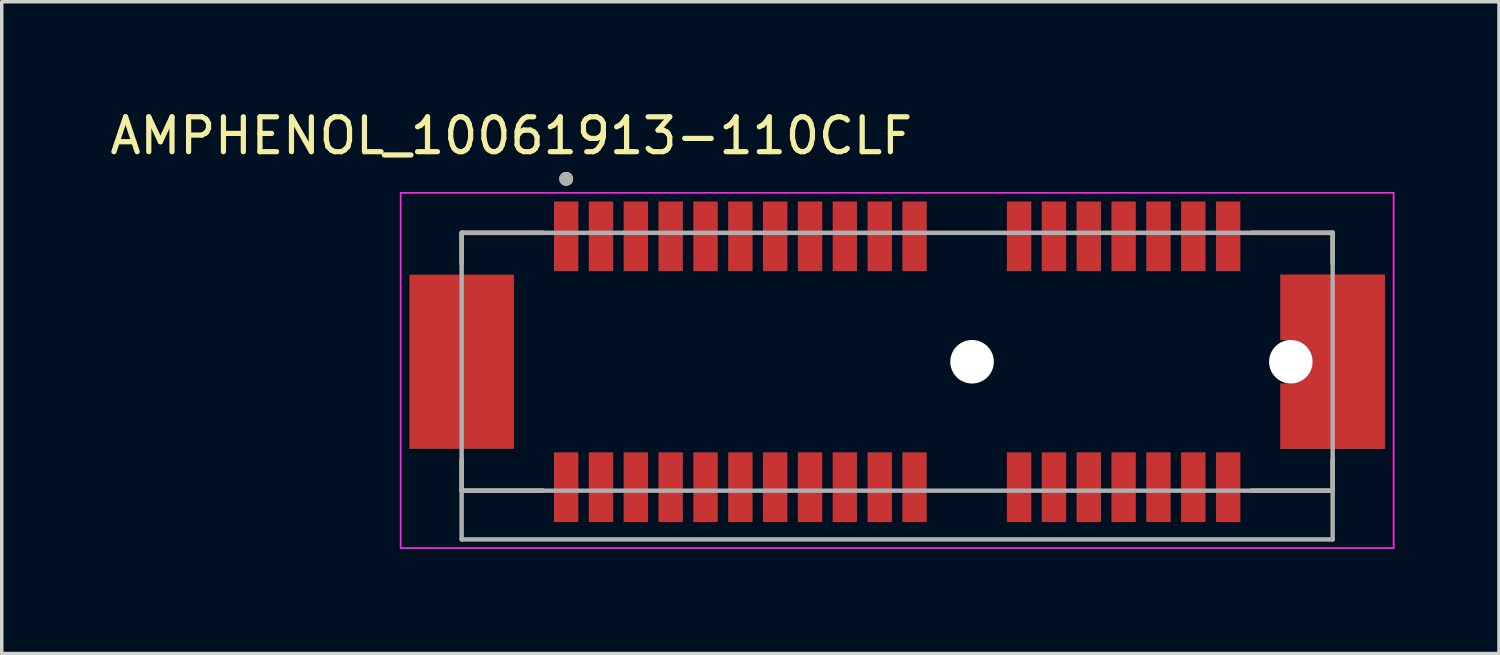
<source format=kicad_pcb>
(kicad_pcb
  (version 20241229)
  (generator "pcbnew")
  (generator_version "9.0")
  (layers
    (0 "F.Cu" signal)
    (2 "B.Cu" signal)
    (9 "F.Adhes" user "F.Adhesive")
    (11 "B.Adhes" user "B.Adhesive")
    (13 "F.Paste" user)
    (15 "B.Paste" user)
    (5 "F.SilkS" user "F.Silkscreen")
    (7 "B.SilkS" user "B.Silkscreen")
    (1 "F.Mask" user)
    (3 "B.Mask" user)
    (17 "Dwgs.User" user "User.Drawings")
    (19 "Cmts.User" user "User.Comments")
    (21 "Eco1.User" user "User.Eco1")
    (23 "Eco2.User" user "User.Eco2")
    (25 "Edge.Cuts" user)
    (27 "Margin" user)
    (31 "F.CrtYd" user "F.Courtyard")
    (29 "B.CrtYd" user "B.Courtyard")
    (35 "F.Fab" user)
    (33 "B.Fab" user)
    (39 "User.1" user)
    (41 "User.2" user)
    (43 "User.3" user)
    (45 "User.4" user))
  (footprint "AMPHENOL_10061913-110CLF"
    (layer "F.Cu")
    (at 24.85 7.333)
    (property "Reference" "AMPHENOL_10061913-110CLF" (at -13.225 -6.485 0) (layer "F.SilkS") (effects (font (size 1 1) (thickness 0.15))))
    (attr smd)
    (fp_poly (pts (xy 11.95 2.6) (xy 8.75 2.6) (xy 8.75 0.525) (xy 9.15 0.525) (xy 9.205 0.522) (xy 9.259 0.514) (xy 9.312 0.499) (xy 9.364 0.48) (xy 9.412 0.455) (xy 9.459 0.425) (xy 9.501 0.39) (xy 9.54 0.351) (xy 9.575 0.309) (xy 9.605 0.262) (xy 9.63 0.214) (xy 9.649 0.162) (xy 9.664 0.109) (xy 9.672 0.055) (xy 9.675 0) (xy 9.672 -0.055) (xy 9.664 -0.109) (xy 9.649 -0.162) (xy 9.63 -0.214) (xy 9.605 -0.262) (xy 9.575 -0.309) (xy 9.54 -0.351) (xy 9.501 -0.39) (xy 9.459 -0.425) (xy 9.412 -0.455) (xy 9.364 -0.48) (xy 9.312 -0.499) (xy 9.259 -0.514) (xy 9.205 -0.522) (xy 9.15 -0.525) (xy 8.75 -0.525) (xy 8.75 -2.6) (xy 11.95 -2.6) (xy 11.95 2.6)) (stroke (width 0.01) (type solid)) (fill yes) (layer "F.Mask"))
    (fp_line (start -14.65 -3.7) (end -14.65 -2.82) (stroke (width 0.127) (type solid)) (layer "F.SilkS"))
    (fp_line (start -14.65 3.7) (end -14.65 2.82) (stroke (width 0.127) (type solid)) (layer "F.SilkS"))
    (fp_line (start -14.65 3.7) (end -12.32 3.7) (stroke (width 0.127) (type solid)) (layer "F.SilkS"))
    (fp_line (start -12.32 -3.7) (end -14.65 -3.7) (stroke (width 0.127) (type solid)) (layer "F.SilkS"))
    (fp_line (start 8.02 3.7) (end 10.35 3.7) (stroke (width 0.127) (type solid)) (layer "F.SilkS"))
    (fp_line (start 10.35 -3.7) (end 8.02 -3.7) (stroke (width 0.127) (type solid)) (layer "F.SilkS"))
    (fp_line (start 10.35 -2.82) (end 10.35 -3.7) (stroke (width 0.127) (type solid)) (layer "F.SilkS"))
    (fp_line (start 10.35 3.7) (end 10.35 2.82) (stroke (width 0.127) (type solid)) (layer "F.SilkS"))
    (fp_circle (center -11.65 -5.25) (end -11.55 -5.25) (stroke (width 0.2) (type solid)) (fill no) (layer "F.SilkS"))
    (fp_poly (pts (xy 11.85 2.5) (xy 8.85 2.5) (xy 8.85 0.625) (xy 9.15 0.625) (xy 9.215 0.622) (xy 9.28 0.611) (xy 9.343 0.594) (xy 9.404 0.571) (xy 9.463 0.541) (xy 9.517 0.506) (xy 9.568 0.464) (xy 9.614 0.418) (xy 9.656 0.367) (xy 9.691 0.312) (xy 9.721 0.254) (xy 9.744 0.193) (xy 9.761 0.13) (xy 9.772 0.065) (xy 9.775 0) (xy 9.772 -0.065) (xy 9.761 -0.13) (xy 9.744 -0.193) (xy 9.721 -0.254) (xy 9.691 -0.312) (xy 9.656 -0.367) (xy 9.614 -0.418) (xy 9.568 -0.464) (xy 9.517 -0.506) (xy 9.463 -0.541) (xy 9.404 -0.571) (xy 9.343 -0.594) (xy 9.28 -0.611) (xy 9.215 -0.622) (xy 9.15 -0.625) (xy 8.85 -0.625) (xy 8.85 -2.5) (xy 11.85 -2.5) (xy 11.85 2.5)) (stroke (width 0.01) (type solid)) (fill yes) (layer "F.Paste"))
    (fp_line (start -16.4 -4.85) (end -16.4 5.35) (stroke (width 0.05) (type solid)) (layer "F.CrtYd"))
    (fp_line (start -16.4 5.35) (end 12.1 5.35) (stroke (width 0.05) (type solid)) (layer "F.CrtYd"))
    (fp_line (start 12.1 -4.85) (end -16.4 -4.85) (stroke (width 0.05) (type solid)) (layer "F.CrtYd"))
    (fp_line (start 12.1 5.35) (end 12.1 -4.85) (stroke (width 0.05) (type solid)) (layer "F.CrtYd"))
    (fp_line (start -14.65 -3.7) (end -14.65 3.7) (stroke (width 0.127) (type solid)) (layer "F.Fab"))
    (fp_line (start -14.65 3.7) (end -14.65 5.1) (stroke (width 0.127) (type solid)) (layer "F.Fab"))
    (fp_line (start -14.65 3.7) (end 10.35 3.7) (stroke (width 0.127) (type solid)) (layer "F.Fab"))
    (fp_line (start -14.65 5.1) (end 10.35 5.1) (stroke (width 0.127) (type solid)) (layer "F.Fab"))
    (fp_line (start 10.35 -3.7) (end -14.65 -3.7) (stroke (width 0.127) (type solid)) (layer "F.Fab"))
    (fp_line (start 10.35 3.7) (end 10.35 -3.7) (stroke (width 0.127) (type solid)) (layer "F.Fab"))
    (fp_line (start 10.35 5.1) (end 10.35 3.7) (stroke (width 0.127) (type solid)) (layer "F.Fab"))
    (fp_circle (center -11.65 -5.25) (end -11.55 -5.25) (stroke (width 0.2) (type solid)) (fill no) (layer "F.Fab"))
    (pad "" np_thru_hole circle (at 0 0) (size 1.25 1.25) (drill 1.25) (layers "*.Cu" "*.Mask"))
    (pad "" np_thru_hole circle (at 9.15 0) (size 1.25 1.25) (drill 1.25) (layers "*.Cu" "*.Mask"))
    (pad "A1" smd rect (at -11.65 -3.6) (size 0.7 2) (layers "F.Cu" "F.Mask" "F.Paste"))
    (pad "A2" smd rect (at -10.65 -3.6) (size 0.7 2) (layers "F.Cu" "F.Mask" "F.Paste"))
    (pad "A3" smd rect (at -9.65 -3.6) (size 0.7 2) (layers "F.Cu" "F.Mask" "F.Paste"))
    (pad "A4" smd rect (at -8.65 -3.6) (size 0.7 2) (layers "F.Cu" "F.Mask" "F.Paste"))
    (pad "A5" smd rect (at -7.65 -3.6) (size 0.7 2) (layers "F.Cu" "F.Mask" "F.Paste"))
    (pad "A6" smd rect (at -6.65 -3.6) (size 0.7 2) (layers "F.Cu" "F.Mask" "F.Paste"))
    (pad "A7" smd rect (at -5.65 -3.6) (size 0.7 2) (layers "F.Cu" "F.Mask" "F.Paste"))
    (pad "A8" smd rect (at -4.65 -3.6) (size 0.7 2) (layers "F.Cu" "F.Mask" "F.Paste"))
    (pad "A9" smd rect (at -3.65 -3.6) (size 0.7 2) (layers "F.Cu" "F.Mask" "F.Paste"))
    (pad "A10" smd rect (at -2.65 -3.6) (size 0.7 2) (layers "F.Cu" "F.Mask" "F.Paste"))
    (pad "A11" smd rect (at -1.65 -3.6) (size 0.7 2) (layers "F.Cu" "F.Mask" "F.Paste"))
    (pad "A12" smd rect (at 1.35 -3.6) (size 0.7 2) (layers "F.Cu" "F.Mask" "F.Paste"))
    (pad "A13" smd rect (at 2.35 -3.6) (size 0.7 2) (layers "F.Cu" "F.Mask" "F.Paste"))
    (pad "A14" smd rect (at 3.35 -3.6) (size 0.7 2) (layers "F.Cu" "F.Mask" "F.Paste"))
    (pad "A15" smd rect (at 4.35 -3.6) (size 0.7 2) (layers "F.Cu" "F.Mask" "F.Paste"))
    (pad "A16" smd rect (at 5.35 -3.6) (size 0.7 2) (layers "F.Cu" "F.Mask" "F.Paste"))
    (pad "A17" smd rect (at 6.35 -3.6) (size 0.7 2) (layers "F.Cu" "F.Mask" "F.Paste"))
    (pad "A18" smd rect (at 7.35 -3.6) (size 0.7 2) (layers "F.Cu" "F.Mask" "F.Paste"))
    (pad "B1" smd rect (at -11.65 3.6) (size 0.7 2) (layers "F.Cu" "F.Mask" "F.Paste"))
    (pad "B2" smd rect (at -10.65 3.6) (size 0.7 2) (layers "F.Cu" "F.Mask" "F.Paste"))
    (pad "B3" smd rect (at -9.65 3.6) (size 0.7 2) (layers "F.Cu" "F.Mask" "F.Paste"))
    (pad "B4" smd rect (at -8.65 3.6) (size 0.7 2) (layers "F.Cu" "F.Mask" "F.Paste"))
    (pad "B5" smd rect (at -7.65 3.6) (size 0.7 2) (layers "F.Cu" "F.Mask" "F.Paste"))
    (pad "B6" smd rect (at -6.65 3.6) (size 0.7 2) (layers "F.Cu" "F.Mask" "F.Paste"))
    (pad "B7" smd rect (at -5.65 3.6) (size 0.7 2) (layers "F.Cu" "F.Mask" "F.Paste"))
    (pad "B8" smd rect (at -4.65 3.6) (size 0.7 2) (layers "F.Cu" "F.Mask" "F.Paste"))
    (pad "B9" smd rect (at -3.65 3.6) (size 0.7 2) (layers "F.Cu" "F.Mask" "F.Paste"))
    (pad "B10" smd rect (at -2.65 3.6) (size 0.7 2) (layers "F.Cu" "F.Mask" "F.Paste"))
    (pad "B11" smd rect (at -1.65 3.6) (size 0.7 2) (layers "F.Cu" "F.Mask" "F.Paste"))
    (pad "B12" smd rect (at 1.35 3.6) (size 0.7 2) (layers "F.Cu" "F.Mask" "F.Paste"))
    (pad "B13" smd rect (at 2.35 3.6) (size 0.7 2) (layers "F.Cu" "F.Mask" "F.Paste"))
    (pad "B14" smd rect (at 3.35 3.6) (size 0.7 2) (layers "F.Cu" "F.Mask" "F.Paste"))
    (pad "B15" smd rect (at 4.35 3.6) (size 0.7 2) (layers "F.Cu" "F.Mask" "F.Paste"))
    (pad "B16" smd rect (at 5.35 3.6) (size 0.7 2) (layers "F.Cu" "F.Mask" "F.Paste"))
    (pad "B17" smd rect (at 6.35 3.6) (size 0.7 2) (layers "F.Cu" "F.Mask" "F.Paste"))
    (pad "B18" smd rect (at 7.35 3.6) (size 0.7 2) (layers "F.Cu" "F.Mask" "F.Paste"))
    (pad "SH1" smd rect (at -14.65 0) (size 3 5) (layers "F.Cu" "F.Mask" "F.Paste"))
    (pad "SH2" smd custom (at 10.35 0) (size 0.5 0.5) (layers "F.Cu") (options (anchor rect)) (primitives (gr_poly (pts (xy 1.5 2.5) (xy -1.5 2.5) (xy -1.5 0.625) (xy -1.2 0.625) (xy -1.135 0.622) (xy -1.07 0.611) (xy -1.007 0.594) (xy -0.946 0.571) (xy -0.887 0.541) (xy -0.833 0.506) (xy -0.782 0.464) (xy -0.736 0.418) (xy -0.694 0.367) (xy -0.659 0.312) (xy -0.629 0.254) (xy -0.606 0.193) (xy -0.589 0.13) (xy -0.578 0.065) (xy -0.575 0) (xy -0.578 -0.065) (xy -0.589 -0.13) (xy -0.606 -0.193) (xy -0.629 -0.254) (xy -0.659 -0.312) (xy -0.694 -0.367) (xy -0.736 -0.418) (xy -0.782 -0.464) (xy -0.833 -0.506) (xy -0.887 -0.541) (xy -0.946 -0.571) (xy -1.007 -0.594) (xy -1.07 -0.611) (xy -1.135 -0.622) (xy -1.2 -0.625) (xy -1.5 -0.625) (xy -1.5 -2.5) (xy 1.5 -2.5) (xy 1.5 2.5)) (width 0.01) (fill yes)))))
  (gr_rect
    (start -3 -3)
    (end 39.975 15.708)
    (stroke (width 0.1) (type default))
    (fill no)
    (layer "Edge.Cuts")))
</source>
